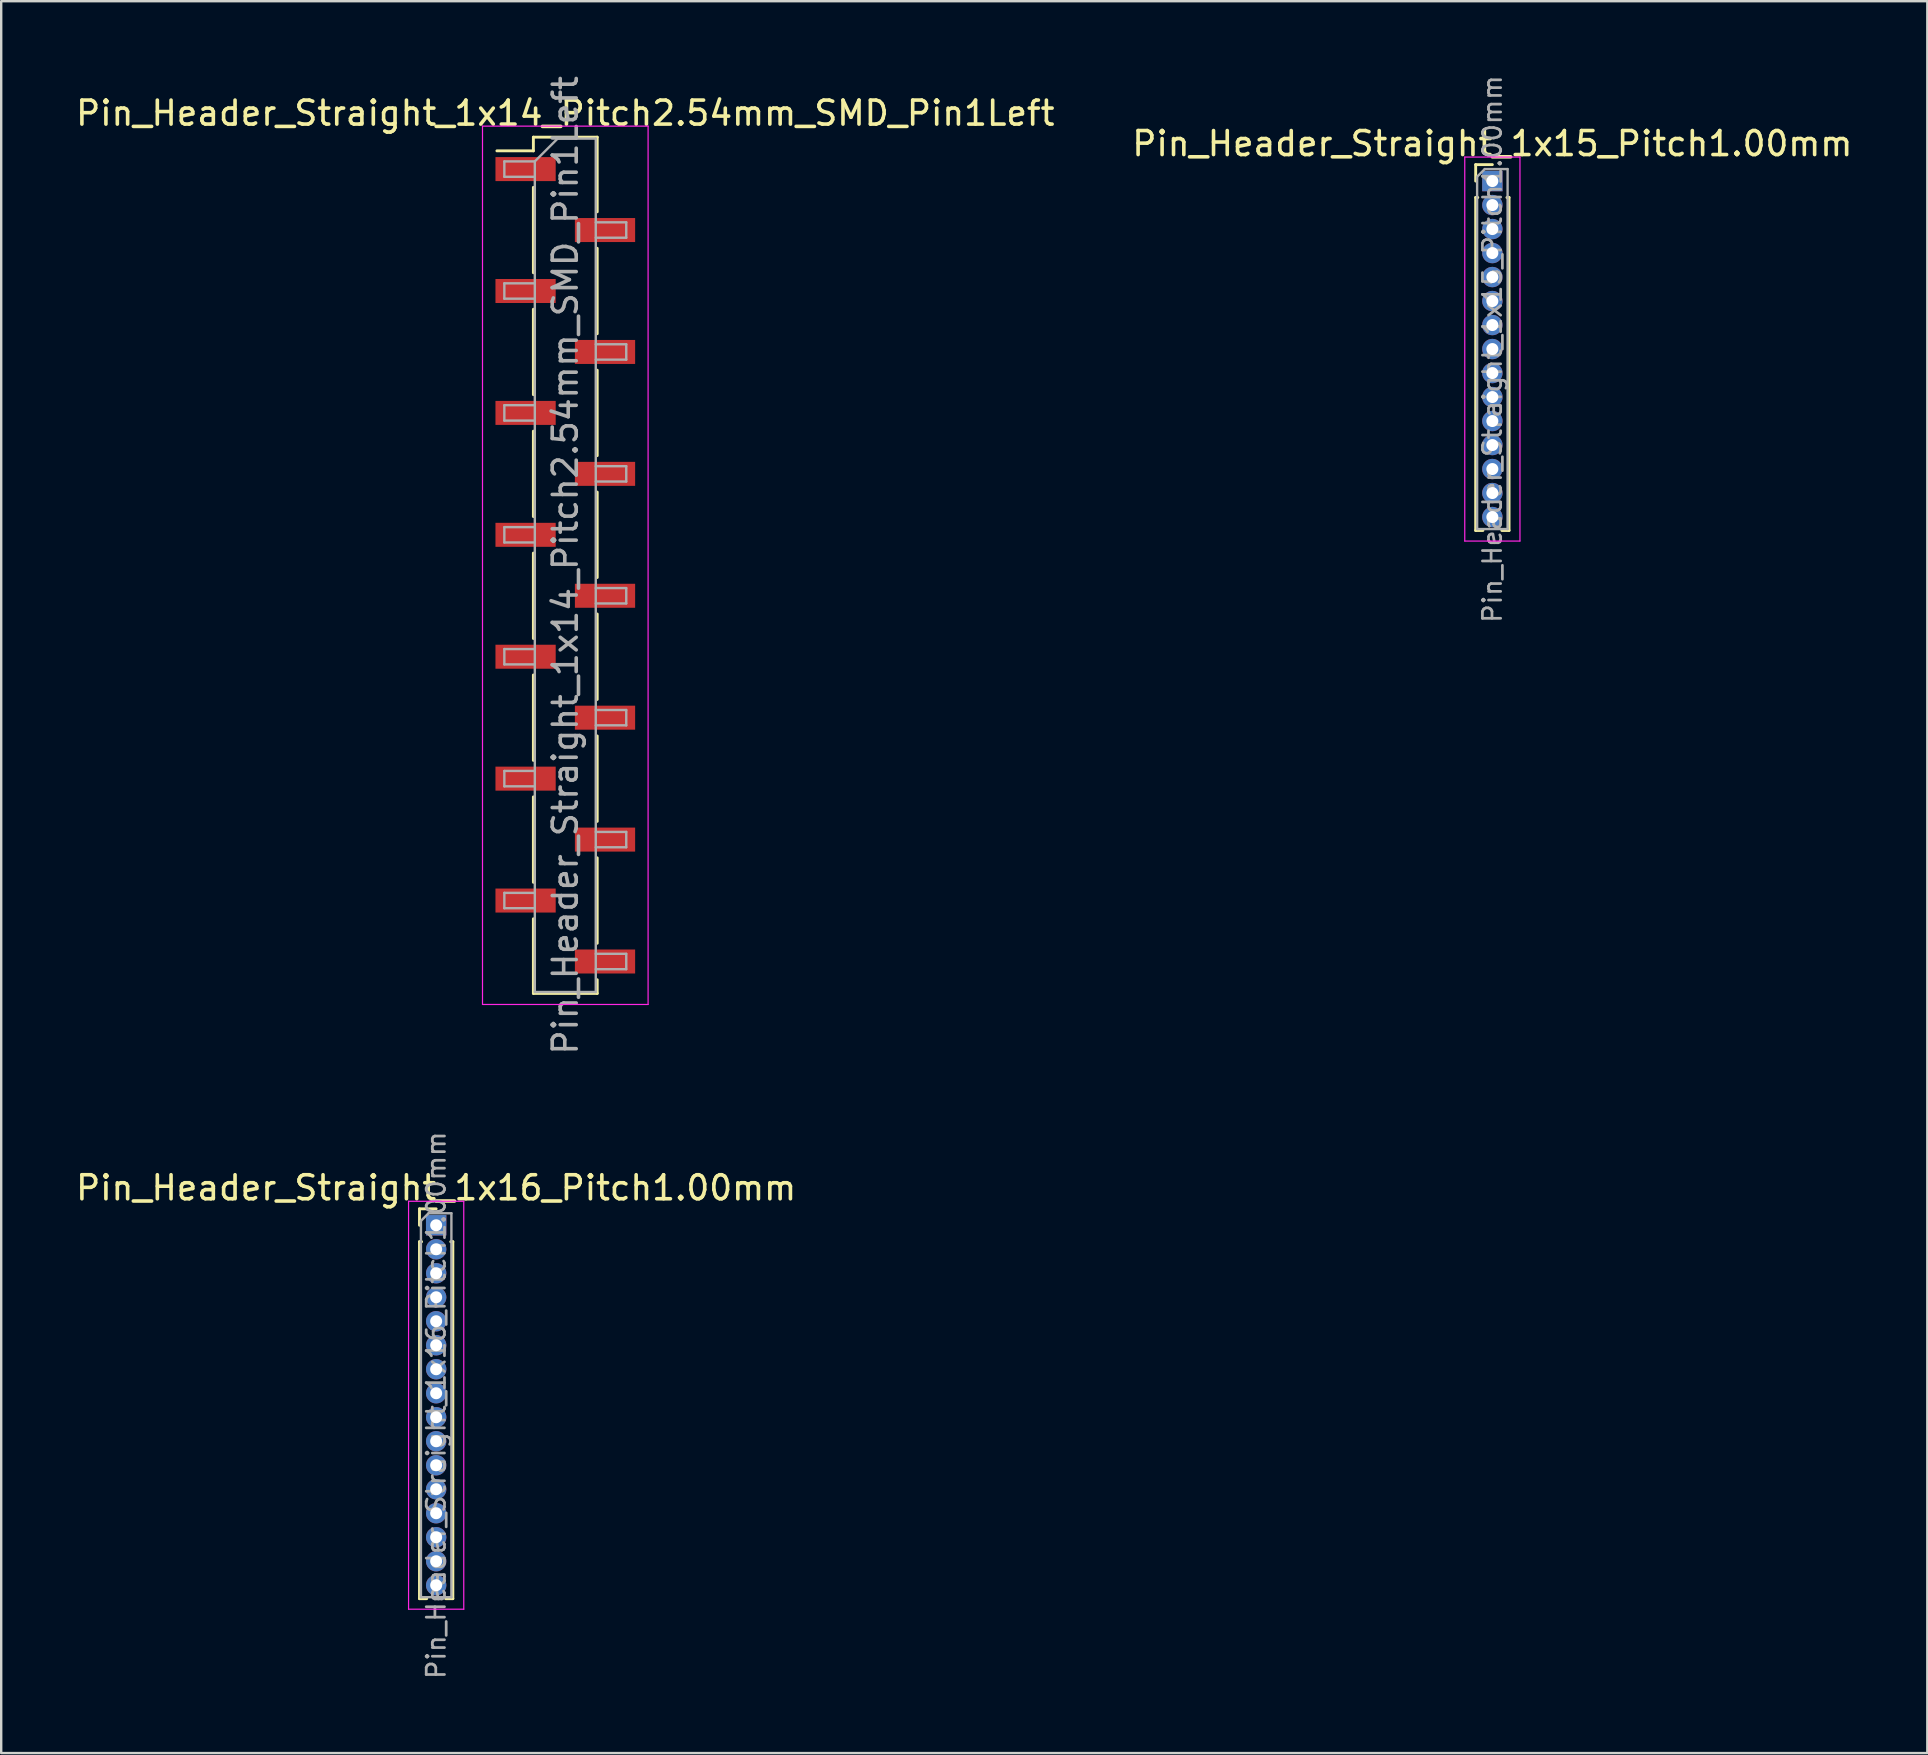
<source format=kicad_pcb>
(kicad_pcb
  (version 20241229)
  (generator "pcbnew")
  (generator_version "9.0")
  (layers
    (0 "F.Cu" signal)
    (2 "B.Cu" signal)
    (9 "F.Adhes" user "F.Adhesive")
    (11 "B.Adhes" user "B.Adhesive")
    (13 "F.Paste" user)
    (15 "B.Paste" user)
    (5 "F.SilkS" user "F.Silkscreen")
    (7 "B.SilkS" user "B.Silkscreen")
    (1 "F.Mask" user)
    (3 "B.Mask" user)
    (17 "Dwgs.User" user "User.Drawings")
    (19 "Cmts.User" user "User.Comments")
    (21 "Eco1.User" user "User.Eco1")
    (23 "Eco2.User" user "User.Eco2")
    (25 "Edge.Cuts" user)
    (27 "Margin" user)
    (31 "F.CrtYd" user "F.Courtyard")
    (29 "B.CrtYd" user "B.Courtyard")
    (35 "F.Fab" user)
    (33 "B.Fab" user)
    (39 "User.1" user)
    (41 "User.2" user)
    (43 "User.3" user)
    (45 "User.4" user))
  (footprint "Pin_Header_Straight_1x15_Pitch1.00mm"
    (layer "F.Cu")
    (at 59.137 4.495)
    (property "Reference" "Pin_Header_Straight_1x15_Pitch1.00mm" (at 0 -1.56 0) (layer "F.SilkS") (effects (font (size 1 1) (thickness 0.15))))
    (attr through_hole)
    (fp_line (start -0.695 -0.685) (end 0 -0.685) (stroke (width 0.12) (type solid)) (layer "F.SilkS"))
    (fp_line (start -0.695 0) (end -0.695 -0.685) (stroke (width 0.12) (type solid)) (layer "F.SilkS"))
    (fp_line (start -0.695 0.685) (end -0.695 14.56) (stroke (width 0.12) (type solid)) (layer "F.SilkS"))
    (fp_line (start -0.695 0.685) (end -0.608 0.685) (stroke (width 0.12) (type solid)) (layer "F.SilkS"))
    (fp_line (start -0.695 14.56) (end -0.394 14.56) (stroke (width 0.12) (type solid)) (layer "F.SilkS"))
    (fp_line (start 0.394 14.56) (end 0.695 14.56) (stroke (width 0.12) (type solid)) (layer "F.SilkS"))
    (fp_line (start 0.608 0.685) (end 0.695 0.685) (stroke (width 0.12) (type solid)) (layer "F.SilkS"))
    (fp_line (start 0.695 0.685) (end 0.695 14.56) (stroke (width 0.12) (type solid)) (layer "F.SilkS"))
    (fp_line (start -1.15 -1) (end -1.15 15) (stroke (width 0.05) (type solid)) (layer "F.CrtYd"))
    (fp_line (start -1.15 15) (end 1.15 15) (stroke (width 0.05) (type solid)) (layer "F.CrtYd"))
    (fp_line (start 1.15 -1) (end -1.15 -1) (stroke (width 0.05) (type solid)) (layer "F.CrtYd"))
    (fp_line (start 1.15 15) (end 1.15 -1) (stroke (width 0.05) (type solid)) (layer "F.CrtYd"))
    (fp_line (start -0.635 -0.182) (end -0.318 -0.5) (stroke (width 0.1) (type solid)) (layer "F.Fab"))
    (fp_line (start -0.635 14.5) (end -0.635 -0.182) (stroke (width 0.1) (type solid)) (layer "F.Fab"))
    (fp_line (start -0.318 -0.5) (end 0.635 -0.5) (stroke (width 0.1) (type solid)) (layer "F.Fab"))
    (fp_line (start 0.635 -0.5) (end 0.635 14.5) (stroke (width 0.1) (type solid)) (layer "F.Fab"))
    (fp_line (start 0.635 14.5) (end -0.635 14.5) (stroke (width 0.1) (type solid)) (layer "F.Fab"))
    (fp_text user "${REFERENCE}" (at 0 7 90) (layer "F.Fab") (effects (font (size 0.76 0.76) (thickness 0.114))))
    (pad "1" thru_hole rect (at 0 0) (size 0.85 0.85) (drill 0.5) (layers "*.Cu" "*.Mask"))
    (pad "2" thru_hole oval (at 0 1) (size 0.85 0.85) (drill 0.5) (layers "*.Cu" "*.Mask"))
    (pad "3" thru_hole oval (at 0 2) (size 0.85 0.85) (drill 0.5) (layers "*.Cu" "*.Mask"))
    (pad "4" thru_hole oval (at 0 3) (size 0.85 0.85) (drill 0.5) (layers "*.Cu" "*.Mask"))
    (pad "5" thru_hole oval (at 0 4) (size 0.85 0.85) (drill 0.5) (layers "*.Cu" "*.Mask"))
    (pad "6" thru_hole oval (at 0 5) (size 0.85 0.85) (drill 0.5) (layers "*.Cu" "*.Mask"))
    (pad "7" thru_hole oval (at 0 6) (size 0.85 0.85) (drill 0.5) (layers "*.Cu" "*.Mask"))
    (pad "8" thru_hole oval (at 0 7) (size 0.85 0.85) (drill 0.5) (layers "*.Cu" "*.Mask"))
    (pad "9" thru_hole oval (at 0 8) (size 0.85 0.85) (drill 0.5) (layers "*.Cu" "*.Mask"))
    (pad "10" thru_hole oval (at 0 9) (size 0.85 0.85) (drill 0.5) (layers "*.Cu" "*.Mask"))
    (pad "11" thru_hole oval (at 0 10) (size 0.85 0.85) (drill 0.5) (layers "*.Cu" "*.Mask"))
    (pad "12" thru_hole oval (at 0 11) (size 0.85 0.85) (drill 0.5) (layers "*.Cu" "*.Mask"))
    (pad "13" thru_hole oval (at 0 12) (size 0.85 0.85) (drill 0.5) (layers "*.Cu" "*.Mask"))
    (pad "14" thru_hole oval (at 0 13) (size 0.85 0.85) (drill 0.5) (layers "*.Cu" "*.Mask"))
    (pad "15" thru_hole oval (at 0 14) (size 0.85 0.85) (drill 0.5) (layers "*.Cu" "*.Mask")))
  (footprint "Pin_Header_Straight_1x14_Pitch2.54mm_SMD_Pin1Left"
    (layer "F.Cu")
    (at 20.506 20.506)
    (property "Reference" "Pin_Header_Straight_1x14_Pitch2.54mm_SMD_Pin1Left" (at 0 -18.84 0) (layer "F.SilkS") (effects (font (size 1 1) (thickness 0.15))))
    (attr smd)
    (fp_line (start -1.33 -17.84) (end -1.33 -17.27) (stroke (width 0.12) (type solid)) (layer "F.SilkS"))
    (fp_line (start -1.33 -17.84) (end 1.33 -17.84) (stroke (width 0.12) (type solid)) (layer "F.SilkS"))
    (fp_line (start -1.33 -17.27) (end -2.85 -17.27) (stroke (width 0.12) (type solid)) (layer "F.SilkS"))
    (fp_line (start -1.33 -15.75) (end -1.33 -12.19) (stroke (width 0.12) (type solid)) (layer "F.SilkS"))
    (fp_line (start -1.33 -10.67) (end -1.33 -7.11) (stroke (width 0.12) (type solid)) (layer "F.SilkS"))
    (fp_line (start -1.33 -5.59) (end -1.33 -2.03) (stroke (width 0.12) (type solid)) (layer "F.SilkS"))
    (fp_line (start -1.33 -0.51) (end -1.33 3.05) (stroke (width 0.12) (type solid)) (layer "F.SilkS"))
    (fp_line (start -1.33 4.57) (end -1.33 8.13) (stroke (width 0.12) (type solid)) (layer "F.SilkS"))
    (fp_line (start -1.33 9.65) (end -1.33 13.21) (stroke (width 0.12) (type solid)) (layer "F.SilkS"))
    (fp_line (start -1.33 14.73) (end -1.33 17.84) (stroke (width 0.12) (type solid)) (layer "F.SilkS"))
    (fp_line (start -1.33 17.84) (end 1.33 17.84) (stroke (width 0.12) (type solid)) (layer "F.SilkS"))
    (fp_line (start 1.33 -17.84) (end 1.33 -14.73) (stroke (width 0.12) (type solid)) (layer "F.SilkS"))
    (fp_line (start 1.33 -13.21) (end 1.33 -9.65) (stroke (width 0.12) (type solid)) (layer "F.SilkS"))
    (fp_line (start 1.33 -8.13) (end 1.33 -4.57) (stroke (width 0.12) (type solid)) (layer "F.SilkS"))
    (fp_line (start 1.33 -3.05) (end 1.33 0.51) (stroke (width 0.12) (type solid)) (layer "F.SilkS"))
    (fp_line (start 1.33 2.03) (end 1.33 5.59) (stroke (width 0.12) (type solid)) (layer "F.SilkS"))
    (fp_line (start 1.33 7.11) (end 1.33 10.67) (stroke (width 0.12) (type solid)) (layer "F.SilkS"))
    (fp_line (start 1.33 12.19) (end 1.33 15.75) (stroke (width 0.12) (type solid)) (layer "F.SilkS"))
    (fp_line (start 1.33 17.27) (end 1.33 17.84) (stroke (width 0.12) (type solid)) (layer "F.SilkS"))
    (fp_line (start -3.45 -18.3) (end -3.45 18.3) (stroke (width 0.05) (type solid)) (layer "F.CrtYd"))
    (fp_line (start -3.45 18.3) (end 3.45 18.3) (stroke (width 0.05) (type solid)) (layer "F.CrtYd"))
    (fp_line (start 3.45 -18.3) (end -3.45 -18.3) (stroke (width 0.05) (type solid)) (layer "F.CrtYd"))
    (fp_line (start 3.45 18.3) (end 3.45 -18.3) (stroke (width 0.05) (type solid)) (layer "F.CrtYd"))
    (fp_line (start -2.54 -16.83) (end -2.54 -16.19) (stroke (width 0.1) (type solid)) (layer "F.Fab"))
    (fp_line (start -2.54 -16.19) (end -1.27 -16.19) (stroke (width 0.1) (type solid)) (layer "F.Fab"))
    (fp_line (start -2.54 -11.75) (end -2.54 -11.11) (stroke (width 0.1) (type solid)) (layer "F.Fab"))
    (fp_line (start -2.54 -11.11) (end -1.27 -11.11) (stroke (width 0.1) (type solid)) (layer "F.Fab"))
    (fp_line (start -2.54 -6.67) (end -2.54 -6.03) (stroke (width 0.1) (type solid)) (layer "F.Fab"))
    (fp_line (start -2.54 -6.03) (end -1.27 -6.03) (stroke (width 0.1) (type solid)) (layer "F.Fab"))
    (fp_line (start -2.54 -1.59) (end -2.54 -0.95) (stroke (width 0.1) (type solid)) (layer "F.Fab"))
    (fp_line (start -2.54 -0.95) (end -1.27 -0.95) (stroke (width 0.1) (type solid)) (layer "F.Fab"))
    (fp_line (start -2.54 3.49) (end -2.54 4.13) (stroke (width 0.1) (type solid)) (layer "F.Fab"))
    (fp_line (start -2.54 4.13) (end -1.27 4.13) (stroke (width 0.1) (type solid)) (layer "F.Fab"))
    (fp_line (start -2.54 8.57) (end -2.54 9.21) (stroke (width 0.1) (type solid)) (layer "F.Fab"))
    (fp_line (start -2.54 9.21) (end -1.27 9.21) (stroke (width 0.1) (type solid)) (layer "F.Fab"))
    (fp_line (start -2.54 13.65) (end -2.54 14.29) (stroke (width 0.1) (type solid)) (layer "F.Fab"))
    (fp_line (start -2.54 14.29) (end -1.27 14.29) (stroke (width 0.1) (type solid)) (layer "F.Fab"))
    (fp_line (start -1.27 -16.83) (end -2.54 -16.83) (stroke (width 0.1) (type solid)) (layer "F.Fab"))
    (fp_line (start -1.27 -16.83) (end -0.32 -17.78) (stroke (width 0.1) (type solid)) (layer "F.Fab"))
    (fp_line (start -1.27 -11.75) (end -2.54 -11.75) (stroke (width 0.1) (type solid)) (layer "F.Fab"))
    (fp_line (start -1.27 -6.67) (end -2.54 -6.67) (stroke (width 0.1) (type solid)) (layer "F.Fab"))
    (fp_line (start -1.27 -1.59) (end -2.54 -1.59) (stroke (width 0.1) (type solid)) (layer "F.Fab"))
    (fp_line (start -1.27 3.49) (end -2.54 3.49) (stroke (width 0.1) (type solid)) (layer "F.Fab"))
    (fp_line (start -1.27 8.57) (end -2.54 8.57) (stroke (width 0.1) (type solid)) (layer "F.Fab"))
    (fp_line (start -1.27 13.65) (end -2.54 13.65) (stroke (width 0.1) (type solid)) (layer "F.Fab"))
    (fp_line (start -1.27 17.78) (end -1.27 -16.83) (stroke (width 0.1) (type solid)) (layer "F.Fab"))
    (fp_line (start -0.32 -17.78) (end 1.27 -17.78) (stroke (width 0.1) (type solid)) (layer "F.Fab"))
    (fp_line (start 1.27 -17.78) (end 1.27 17.78) (stroke (width 0.1) (type solid)) (layer "F.Fab"))
    (fp_line (start 1.27 -14.29) (end 2.54 -14.29) (stroke (width 0.1) (type solid)) (layer "F.Fab"))
    (fp_line (start 1.27 -9.21) (end 2.54 -9.21) (stroke (width 0.1) (type solid)) (layer "F.Fab"))
    (fp_line (start 1.27 -4.13) (end 2.54 -4.13) (stroke (width 0.1) (type solid)) (layer "F.Fab"))
    (fp_line (start 1.27 0.95) (end 2.54 0.95) (stroke (width 0.1) (type solid)) (layer "F.Fab"))
    (fp_line (start 1.27 6.03) (end 2.54 6.03) (stroke (width 0.1) (type solid)) (layer "F.Fab"))
    (fp_line (start 1.27 11.11) (end 2.54 11.11) (stroke (width 0.1) (type solid)) (layer "F.Fab"))
    (fp_line (start 1.27 16.19) (end 2.54 16.19) (stroke (width 0.1) (type solid)) (layer "F.Fab"))
    (fp_line (start 1.27 17.78) (end -1.27 17.78) (stroke (width 0.1) (type solid)) (layer "F.Fab"))
    (fp_line (start 2.54 -14.29) (end 2.54 -13.65) (stroke (width 0.1) (type solid)) (layer "F.Fab"))
    (fp_line (start 2.54 -13.65) (end 1.27 -13.65) (stroke (width 0.1) (type solid)) (layer "F.Fab"))
    (fp_line (start 2.54 -9.21) (end 2.54 -8.57) (stroke (width 0.1) (type solid)) (layer "F.Fab"))
    (fp_line (start 2.54 -8.57) (end 1.27 -8.57) (stroke (width 0.1) (type solid)) (layer "F.Fab"))
    (fp_line (start 2.54 -4.13) (end 2.54 -3.49) (stroke (width 0.1) (type solid)) (layer "F.Fab"))
    (fp_line (start 2.54 -3.49) (end 1.27 -3.49) (stroke (width 0.1) (type solid)) (layer "F.Fab"))
    (fp_line (start 2.54 0.95) (end 2.54 1.59) (stroke (width 0.1) (type solid)) (layer "F.Fab"))
    (fp_line (start 2.54 1.59) (end 1.27 1.59) (stroke (width 0.1) (type solid)) (layer "F.Fab"))
    (fp_line (start 2.54 6.03) (end 2.54 6.67) (stroke (width 0.1) (type solid)) (layer "F.Fab"))
    (fp_line (start 2.54 6.67) (end 1.27 6.67) (stroke (width 0.1) (type solid)) (layer "F.Fab"))
    (fp_line (start 2.54 11.11) (end 2.54 11.75) (stroke (width 0.1) (type solid)) (layer "F.Fab"))
    (fp_line (start 2.54 11.75) (end 1.27 11.75) (stroke (width 0.1) (type solid)) (layer "F.Fab"))
    (fp_line (start 2.54 16.19) (end 2.54 16.83) (stroke (width 0.1) (type solid)) (layer "F.Fab"))
    (fp_line (start 2.54 16.83) (end 1.27 16.83) (stroke (width 0.1) (type solid)) (layer "F.Fab"))
    (fp_text user "${REFERENCE}" (at 0 0 90) (layer "F.Fab") (effects (font (size 1 1) (thickness 0.15))))
    (pad "1" smd rect (at -1.655 -16.51) (size 2.51 1) (layers "F.Cu" "F.Mask" "F.Paste"))
    (pad "2" smd rect (at 1.655 -13.97) (size 2.51 1) (layers "F.Cu" "F.Mask" "F.Paste"))
    (pad "3" smd rect (at -1.655 -11.43) (size 2.51 1) (layers "F.Cu" "F.Mask" "F.Paste"))
    (pad "4" smd rect (at 1.655 -8.89) (size 2.51 1) (layers "F.Cu" "F.Mask" "F.Paste"))
    (pad "5" smd rect (at -1.655 -6.35) (size 2.51 1) (layers "F.Cu" "F.Mask" "F.Paste"))
    (pad "6" smd rect (at 1.655 -3.81) (size 2.51 1) (layers "F.Cu" "F.Mask" "F.Paste"))
    (pad "7" smd rect (at -1.655 -1.27) (size 2.51 1) (layers "F.Cu" "F.Mask" "F.Paste"))
    (pad "8" smd rect (at 1.655 1.27) (size 2.51 1) (layers "F.Cu" "F.Mask" "F.Paste"))
    (pad "9" smd rect (at -1.655 3.81) (size 2.51 1) (layers "F.Cu" "F.Mask" "F.Paste"))
    (pad "10" smd rect (at 1.655 6.35) (size 2.51 1) (layers "F.Cu" "F.Mask" "F.Paste"))
    (pad "11" smd rect (at -1.655 8.89) (size 2.51 1) (layers "F.Cu" "F.Mask" "F.Paste"))
    (pad "12" smd rect (at 1.655 11.43) (size 2.51 1) (layers "F.Cu" "F.Mask" "F.Paste"))
    (pad "13" smd rect (at -1.655 13.97) (size 2.51 1) (layers "F.Cu" "F.Mask" "F.Paste"))
    (pad "14" smd rect (at 1.655 16.51) (size 2.51 1) (layers "F.Cu" "F.Mask" "F.Paste")))
  (footprint "Pin_Header_Straight_1x16_Pitch1.00mm"
    (layer "F.Cu")
    (at 15.125 48.007)
    (property "Reference" "Pin_Header_Straight_1x16_Pitch1.00mm" (at 0 -1.56 0) (layer "F.SilkS") (effects (font (size 1 1) (thickness 0.15))))
    (attr through_hole)
    (fp_line (start -0.695 -0.685) (end 0 -0.685) (stroke (width 0.12) (type solid)) (layer "F.SilkS"))
    (fp_line (start -0.695 0) (end -0.695 -0.685) (stroke (width 0.12) (type solid)) (layer "F.SilkS"))
    (fp_line (start -0.695 0.685) (end -0.695 15.56) (stroke (width 0.12) (type solid)) (layer "F.SilkS"))
    (fp_line (start -0.695 0.685) (end -0.608 0.685) (stroke (width 0.12) (type solid)) (layer "F.SilkS"))
    (fp_line (start -0.695 15.56) (end -0.394 15.56) (stroke (width 0.12) (type solid)) (layer "F.SilkS"))
    (fp_line (start 0.394 15.56) (end 0.695 15.56) (stroke (width 0.12) (type solid)) (layer "F.SilkS"))
    (fp_line (start 0.608 0.685) (end 0.695 0.685) (stroke (width 0.12) (type solid)) (layer "F.SilkS"))
    (fp_line (start 0.695 0.685) (end 0.695 15.56) (stroke (width 0.12) (type solid)) (layer "F.SilkS"))
    (fp_line (start -1.15 -1) (end -1.15 16) (stroke (width 0.05) (type solid)) (layer "F.CrtYd"))
    (fp_line (start -1.15 16) (end 1.15 16) (stroke (width 0.05) (type solid)) (layer "F.CrtYd"))
    (fp_line (start 1.15 -1) (end -1.15 -1) (stroke (width 0.05) (type solid)) (layer "F.CrtYd"))
    (fp_line (start 1.15 16) (end 1.15 -1) (stroke (width 0.05) (type solid)) (layer "F.CrtYd"))
    (fp_line (start -0.635 -0.182) (end -0.318 -0.5) (stroke (width 0.1) (type solid)) (layer "F.Fab"))
    (fp_line (start -0.635 15.5) (end -0.635 -0.182) (stroke (width 0.1) (type solid)) (layer "F.Fab"))
    (fp_line (start -0.318 -0.5) (end 0.635 -0.5) (stroke (width 0.1) (type solid)) (layer "F.Fab"))
    (fp_line (start 0.635 -0.5) (end 0.635 15.5) (stroke (width 0.1) (type solid)) (layer "F.Fab"))
    (fp_line (start 0.635 15.5) (end -0.635 15.5) (stroke (width 0.1) (type solid)) (layer "F.Fab"))
    (fp_text user "${REFERENCE}" (at 0 7.5 90) (layer "F.Fab") (effects (font (size 0.76 0.76) (thickness 0.114))))
    (pad "1" thru_hole rect (at 0 0) (size 0.85 0.85) (drill 0.5) (layers "*.Cu" "*.Mask"))
    (pad "2" thru_hole oval (at 0 1) (size 0.85 0.85) (drill 0.5) (layers "*.Cu" "*.Mask"))
    (pad "3" thru_hole oval (at 0 2) (size 0.85 0.85) (drill 0.5) (layers "*.Cu" "*.Mask"))
    (pad "4" thru_hole oval (at 0 3) (size 0.85 0.85) (drill 0.5) (layers "*.Cu" "*.Mask"))
    (pad "5" thru_hole oval (at 0 4) (size 0.85 0.85) (drill 0.5) (layers "*.Cu" "*.Mask"))
    (pad "6" thru_hole oval (at 0 5) (size 0.85 0.85) (drill 0.5) (layers "*.Cu" "*.Mask"))
    (pad "7" thru_hole oval (at 0 6) (size 0.85 0.85) (drill 0.5) (layers "*.Cu" "*.Mask"))
    (pad "8" thru_hole oval (at 0 7) (size 0.85 0.85) (drill 0.5) (layers "*.Cu" "*.Mask"))
    (pad "9" thru_hole oval (at 0 8) (size 0.85 0.85) (drill 0.5) (layers "*.Cu" "*.Mask"))
    (pad "10" thru_hole oval (at 0 9) (size 0.85 0.85) (drill 0.5) (layers "*.Cu" "*.Mask"))
    (pad "11" thru_hole oval (at 0 10) (size 0.85 0.85) (drill 0.5) (layers "*.Cu" "*.Mask"))
    (pad "12" thru_hole oval (at 0 11) (size 0.85 0.85) (drill 0.5) (layers "*.Cu" "*.Mask"))
    (pad "13" thru_hole oval (at 0 12) (size 0.85 0.85) (drill 0.5) (layers "*.Cu" "*.Mask"))
    (pad "14" thru_hole oval (at 0 13) (size 0.85 0.85) (drill 0.5) (layers "*.Cu" "*.Mask"))
    (pad "15" thru_hole oval (at 0 14) (size 0.85 0.85) (drill 0.5) (layers "*.Cu" "*.Mask"))
    (pad "16" thru_hole oval (at 0 15) (size 0.85 0.85) (drill 0.5) (layers "*.Cu" "*.Mask")))
  (gr_rect
    (start -3 -3)
    (end 77.262 70.002)
    (stroke (width 0.1) (type default))
    (fill no)
    (layer "Edge.Cuts")))
</source>
